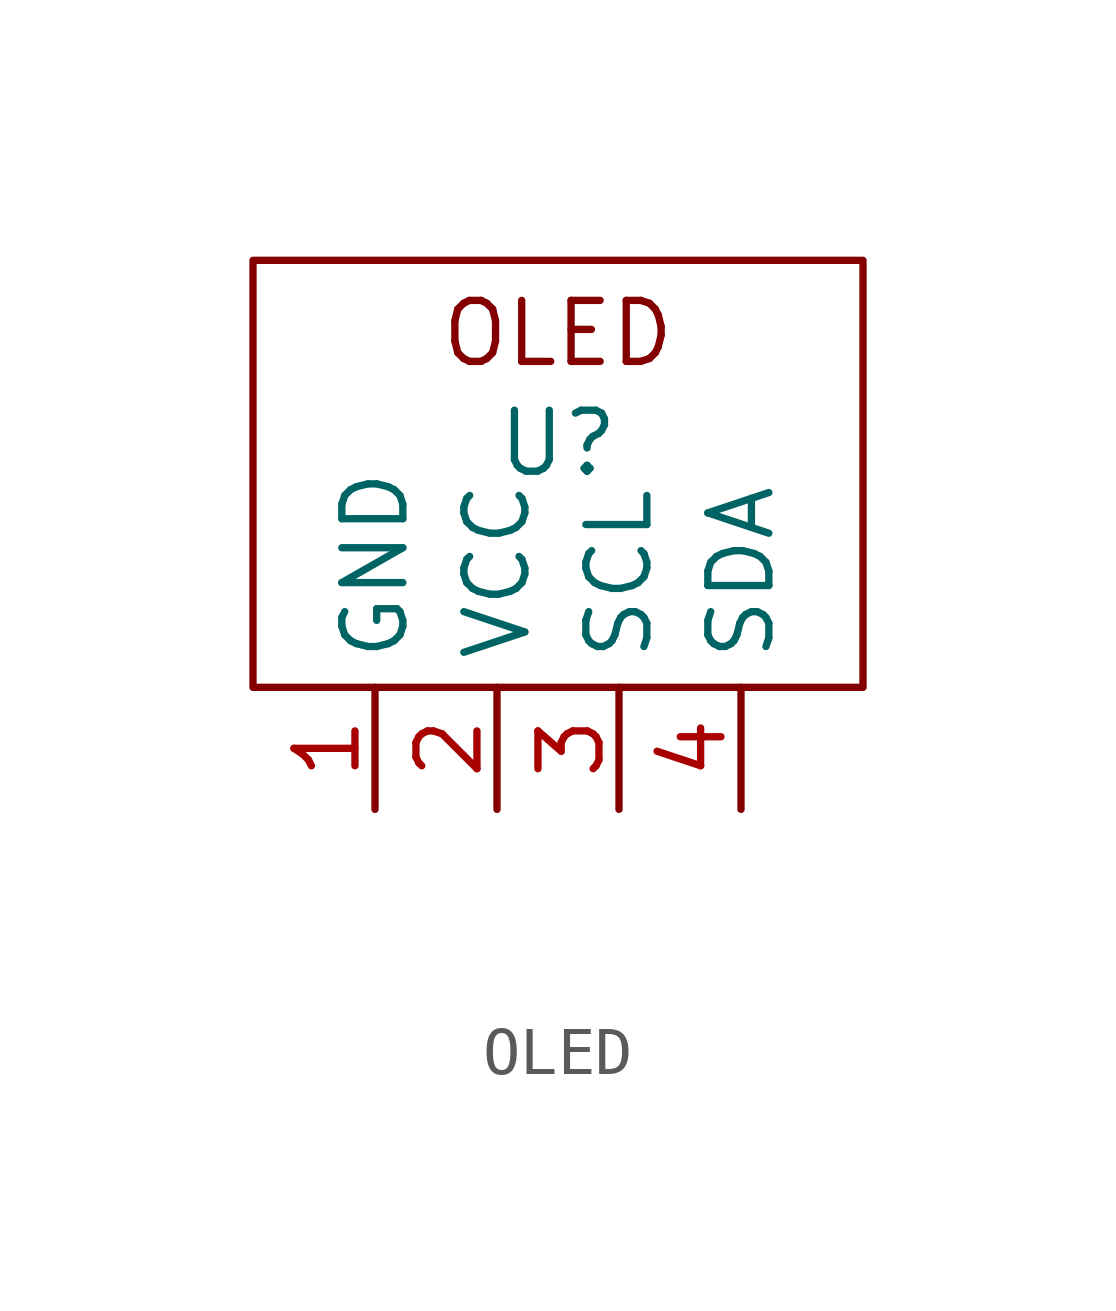
<source format=kicad_sym>
(kicad_symbol_lib
  (version 20231120)
  (generator "kicad_symbol_editor")
  (generator_version "8.0")
  (symbol "OLED"
    (property "Reference" "U"
      (at 0 10.16 0)
      (effects (font (size 1.27 1.27))))
    (property "Value" ""
      (at 0 0 0)
      (effects (font (size 1.27 1.27))))
    (symbol "OLED_0_1"
      (rectangle (start -6.35 13.97) (end 6.35 5.08) (stroke (width 0) (type default)) (fill (type none))))
    (symbol "OLED_1_1"
      (text "OLED" (at 0 12.446 0) (effects (font (size 1.27 1.27))))
      (pin input line (at -3.81 2.54 90) (length 2.54) (name "GND" (effects (font (size 1.27 1.27)))) (number "1" (effects (font (size 1.27 1.27)))))
      (pin input line (at -1.27 2.54 90) (length 2.54) (name "VCC" (effects (font (size 1.27 1.27)))) (number "2" (effects (font (size 1.27 1.27)))))
      (pin input line (at 1.27 2.54 90) (length 2.54) (name "SCL" (effects (font (size 1.27 1.27)))) (number "3" (effects (font (size 1.27 1.27)))))
      (pin input line (at 3.81 2.54 90) (length 2.54) (name "SDA" (effects (font (size 1.27 1.27)))) (number "4" (effects (font (size 1.27 1.27))))))))
</source>
